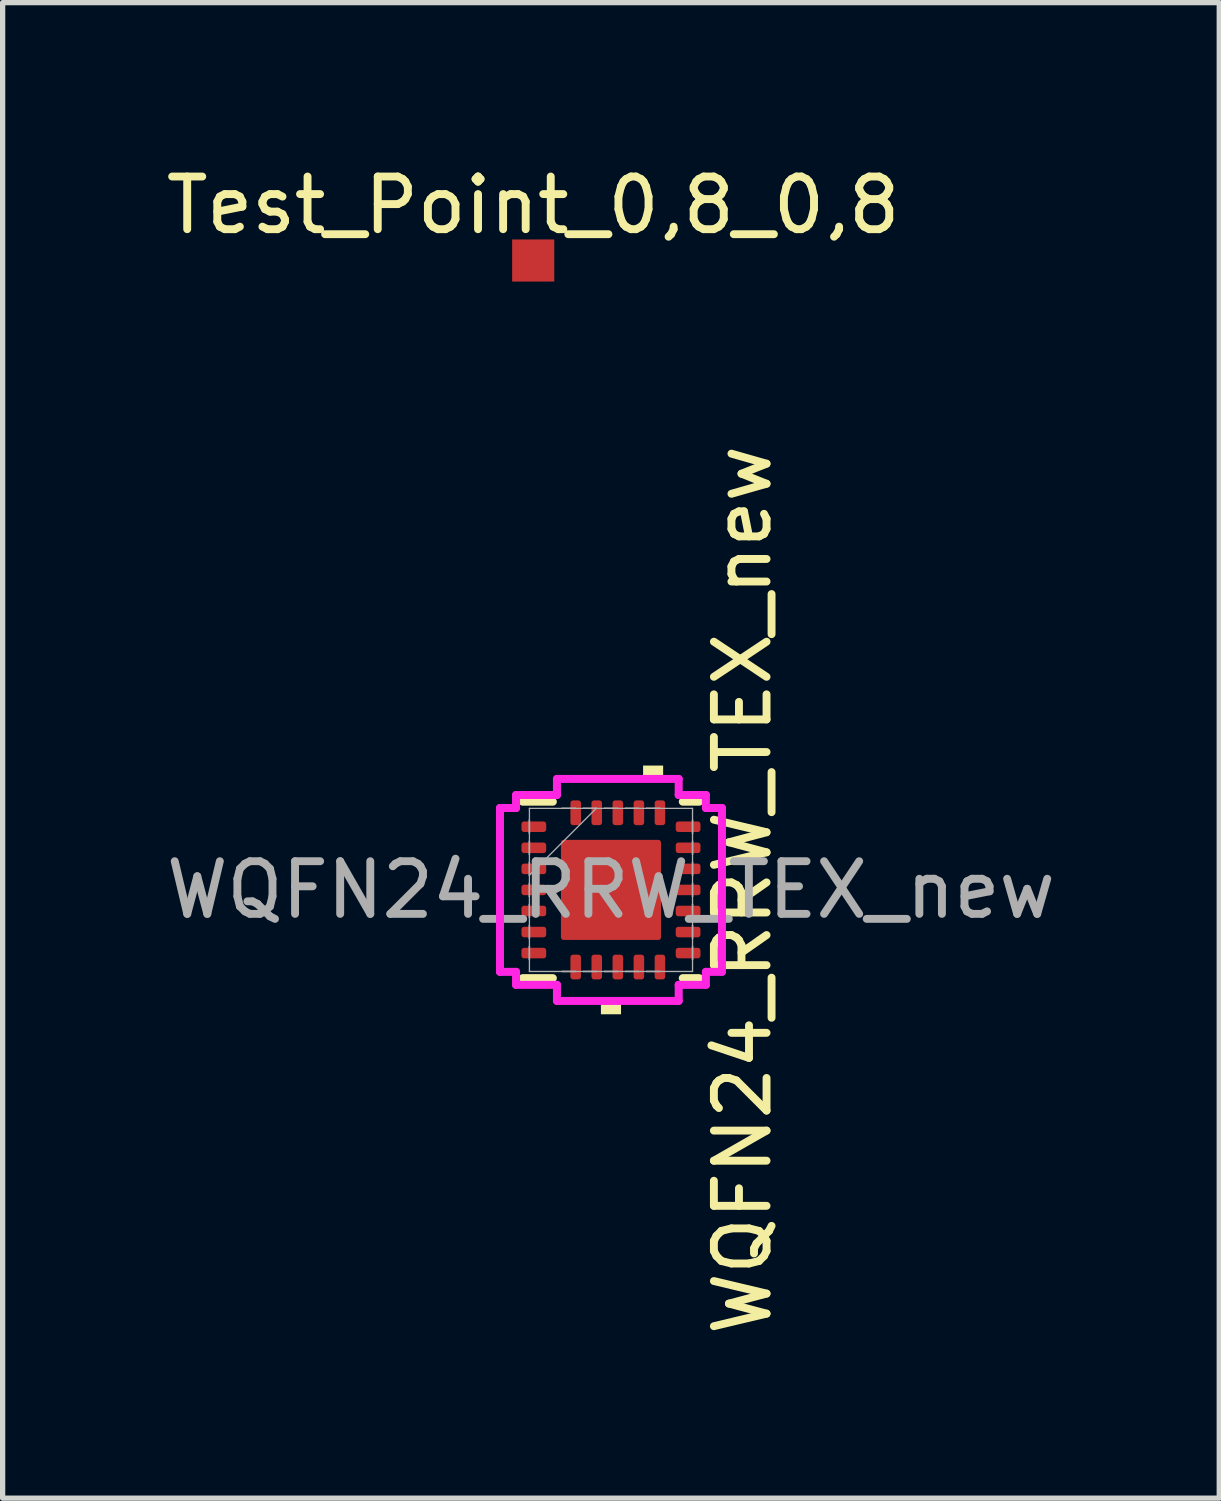
<source format=kicad_pcb>
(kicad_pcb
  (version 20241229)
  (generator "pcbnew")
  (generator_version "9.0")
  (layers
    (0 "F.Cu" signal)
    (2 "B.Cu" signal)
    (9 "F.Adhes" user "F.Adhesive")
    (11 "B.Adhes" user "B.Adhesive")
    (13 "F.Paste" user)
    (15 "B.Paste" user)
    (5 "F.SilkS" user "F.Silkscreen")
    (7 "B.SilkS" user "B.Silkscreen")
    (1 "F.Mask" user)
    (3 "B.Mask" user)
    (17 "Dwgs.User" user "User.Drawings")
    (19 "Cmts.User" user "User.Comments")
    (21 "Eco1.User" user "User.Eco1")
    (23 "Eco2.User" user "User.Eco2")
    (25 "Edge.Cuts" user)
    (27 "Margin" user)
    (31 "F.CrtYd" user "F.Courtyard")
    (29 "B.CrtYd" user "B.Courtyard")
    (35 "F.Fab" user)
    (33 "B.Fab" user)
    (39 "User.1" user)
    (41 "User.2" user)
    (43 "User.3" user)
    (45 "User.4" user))
  (footprint "Test_Point_0,8_0,8"
    (layer "F.Cu")
    (at 7.077 1.898)
    (property "Reference" "Test_Point_0,8_0,8" (at 0 -1.05 0) (layer "F.SilkS") (effects (font (size 1 1) (thickness 0.15))))
    (attr through_hole)
    (pad "1" smd rect (at 0 0) (size 0.8 0.8) (layers "F.Cu" "F.Mask")))
  (footprint "WQFN24_RRW_TEX_new"
    (layer "F.Cu")
    (at 8.554 13.852)
    (property "Reference" "WQFN24_RRW_TEX_new" (at 2.5 0 90) (unlocked yes) (layer "F.SilkS") (effects (font (size 1 1) (thickness 0.15))))
    (attr smd)
    (fp_line (start -1.676 -1.676) (end -1.104 -1.676) (stroke (width 0.152) (type solid)) (layer "F.SilkS"))
    (fp_line (start -1.104 1.676) (end -1.676 1.676) (stroke (width 0.152) (type solid)) (layer "F.SilkS"))
    (fp_line (start 1.364 -1.676) (end 1.676 -1.676) (stroke (width 0.152) (type solid)) (layer "F.SilkS"))
    (fp_line (start 1.676 1.676) (end 1.364 1.676) (stroke (width 0.152) (type solid)) (layer "F.SilkS"))
    (fp_poly (pts (xy -0.191 2.108) (xy -0.191 2.362) (xy 0.191 2.362) (xy 0.191 2.108)) (stroke (width 0) (type solid)) (fill yes) (layer "F.SilkS"))
    (fp_poly (pts (xy 0.61 -2.108) (xy 0.61 -2.362) (xy 0.991 -2.362) (xy 0.991 -2.108)) (stroke (width 0) (type solid)) (fill yes) (layer "F.SilkS"))
    (fp_line (start -2.108 -1.556) (end -2.108 1.556) (stroke (width 0.152) (type solid)) (layer "F.CrtYd"))
    (fp_line (start -2.108 1.556) (end -1.803 1.556) (stroke (width 0.152) (type solid)) (layer "F.CrtYd"))
    (fp_line (start -1.803 -1.803) (end -1.803 -1.556) (stroke (width 0.152) (type solid)) (layer "F.CrtYd"))
    (fp_line (start -1.803 -1.556) (end -2.108 -1.556) (stroke (width 0.152) (type solid)) (layer "F.CrtYd"))
    (fp_line (start -1.803 1.556) (end -1.803 1.803) (stroke (width 0.152) (type solid)) (layer "F.CrtYd"))
    (fp_line (start -1.803 1.803) (end -1.026 1.803) (stroke (width 0.152) (type solid)) (layer "F.CrtYd"))
    (fp_line (start -1.026 -2.108) (end -1.026 -1.803) (stroke (width 0.152) (type solid)) (layer "F.CrtYd"))
    (fp_line (start -1.026 -1.803) (end -1.803 -1.803) (stroke (width 0.152) (type solid)) (layer "F.CrtYd"))
    (fp_line (start -1.026 1.803) (end -1.026 2.108) (stroke (width 0.152) (type solid)) (layer "F.CrtYd"))
    (fp_line (start -1.026 2.108) (end 1.286 2.108) (stroke (width 0.152) (type solid)) (layer "F.CrtYd"))
    (fp_line (start 1.286 -2.108) (end -1.026 -2.108) (stroke (width 0.152) (type solid)) (layer "F.CrtYd"))
    (fp_line (start 1.286 -1.803) (end 1.286 -2.108) (stroke (width 0.152) (type solid)) (layer "F.CrtYd"))
    (fp_line (start 1.286 1.803) (end 1.803 1.803) (stroke (width 0.152) (type solid)) (layer "F.CrtYd"))
    (fp_line (start 1.286 2.108) (end 1.286 1.803) (stroke (width 0.152) (type solid)) (layer "F.CrtYd"))
    (fp_line (start 1.803 -1.803) (end 1.286 -1.803) (stroke (width 0.152) (type solid)) (layer "F.CrtYd"))
    (fp_line (start 1.803 -1.556) (end 1.803 -1.803) (stroke (width 0.152) (type solid)) (layer "F.CrtYd"))
    (fp_line (start 1.803 1.556) (end 2.108 1.556) (stroke (width 0.152) (type solid)) (layer "F.CrtYd"))
    (fp_line (start 1.803 1.803) (end 1.803 1.556) (stroke (width 0.152) (type solid)) (layer "F.CrtYd"))
    (fp_line (start 2.108 -1.556) (end 1.803 -1.556) (stroke (width 0.152) (type solid)) (layer "F.CrtYd"))
    (fp_line (start 2.108 1.556) (end 2.108 -1.556) (stroke (width 0.152) (type solid)) (layer "F.CrtYd"))
    (fp_line (start -1.549 -1.549) (end -1.549 1.549) (stroke (width 0.025) (type solid)) (layer "F.Fab"))
    (fp_line (start -1.549 -1.327) (end -1.549 -1.327) (stroke (width 0.025) (type solid)) (layer "F.Fab"))
    (fp_line (start -1.549 -1.327) (end -1.549 -1.073) (stroke (width 0.025) (type solid)) (layer "F.Fab"))
    (fp_line (start -1.549 -1.073) (end -1.549 -1.327) (stroke (width 0.025) (type solid)) (layer "F.Fab"))
    (fp_line (start -1.549 -1.073) (end -1.549 -1.073) (stroke (width 0.025) (type solid)) (layer "F.Fab"))
    (fp_line (start -1.549 -0.927) (end -1.549 -0.927) (stroke (width 0.025) (type solid)) (layer "F.Fab"))
    (fp_line (start -1.549 -0.927) (end -1.549 -0.673) (stroke (width 0.025) (type solid)) (layer "F.Fab"))
    (fp_line (start -1.549 -0.673) (end -1.549 -0.927) (stroke (width 0.025) (type solid)) (layer "F.Fab"))
    (fp_line (start -1.549 -0.673) (end -1.549 -0.673) (stroke (width 0.025) (type solid)) (layer "F.Fab"))
    (fp_line (start -1.549 -0.527) (end -1.549 -0.527) (stroke (width 0.025) (type solid)) (layer "F.Fab"))
    (fp_line (start -1.549 -0.527) (end -1.549 -0.273) (stroke (width 0.025) (type solid)) (layer "F.Fab"))
    (fp_line (start -1.549 -0.279) (end -0.279 -1.549) (stroke (width 0.025) (type solid)) (layer "F.Fab"))
    (fp_line (start -1.549 -0.273) (end -1.549 -0.527) (stroke (width 0.025) (type solid)) (layer "F.Fab"))
    (fp_line (start -1.549 -0.273) (end -1.549 -0.273) (stroke (width 0.025) (type solid)) (layer "F.Fab"))
    (fp_line (start -1.549 -0.127) (end -1.549 -0.127) (stroke (width 0.025) (type solid)) (layer "F.Fab"))
    (fp_line (start -1.549 -0.127) (end -1.549 0.127) (stroke (width 0.025) (type solid)) (layer "F.Fab"))
    (fp_line (start -1.549 0.127) (end -1.549 -0.127) (stroke (width 0.025) (type solid)) (layer "F.Fab"))
    (fp_line (start -1.549 0.127) (end -1.549 0.127) (stroke (width 0.025) (type solid)) (layer "F.Fab"))
    (fp_line (start -1.549 0.273) (end -1.549 0.273) (stroke (width 0.025) (type solid)) (layer "F.Fab"))
    (fp_line (start -1.549 0.273) (end -1.549 0.527) (stroke (width 0.025) (type solid)) (layer "F.Fab"))
    (fp_line (start -1.549 0.527) (end -1.549 0.273) (stroke (width 0.025) (type solid)) (layer "F.Fab"))
    (fp_line (start -1.549 0.527) (end -1.549 0.527) (stroke (width 0.025) (type solid)) (layer "F.Fab"))
    (fp_line (start -1.549 0.673) (end -1.549 0.673) (stroke (width 0.025) (type solid)) (layer "F.Fab"))
    (fp_line (start -1.549 0.673) (end -1.549 0.927) (stroke (width 0.025) (type solid)) (layer "F.Fab"))
    (fp_line (start -1.549 0.927) (end -1.549 0.673) (stroke (width 0.025) (type solid)) (layer "F.Fab"))
    (fp_line (start -1.549 0.927) (end -1.549 0.927) (stroke (width 0.025) (type solid)) (layer "F.Fab"))
    (fp_line (start -1.549 1.073) (end -1.549 1.073) (stroke (width 0.025) (type solid)) (layer "F.Fab"))
    (fp_line (start -1.549 1.073) (end -1.549 1.327) (stroke (width 0.025) (type solid)) (layer "F.Fab"))
    (fp_line (start -1.549 1.327) (end -1.549 1.073) (stroke (width 0.025) (type solid)) (layer "F.Fab"))
    (fp_line (start -1.549 1.327) (end -1.549 1.327) (stroke (width 0.025) (type solid)) (layer "F.Fab"))
    (fp_line (start -1.549 1.549) (end 1.549 1.549) (stroke (width 0.025) (type solid)) (layer "F.Fab"))
    (fp_line (start -0.927 -1.549) (end -0.927 -1.549) (stroke (width 0.025) (type solid)) (layer "F.Fab"))
    (fp_line (start -0.927 -1.549) (end -0.673 -1.549) (stroke (width 0.025) (type solid)) (layer "F.Fab"))
    (fp_line (start -0.927 1.549) (end -0.927 1.549) (stroke (width 0.025) (type solid)) (layer "F.Fab"))
    (fp_line (start -0.927 1.549) (end -0.673 1.549) (stroke (width 0.025) (type solid)) (layer "F.Fab"))
    (fp_line (start -0.673 -1.549) (end -0.927 -1.549) (stroke (width 0.025) (type solid)) (layer "F.Fab"))
    (fp_line (start -0.673 -1.549) (end -0.673 -1.549) (stroke (width 0.025) (type solid)) (layer "F.Fab"))
    (fp_line (start -0.673 1.549) (end -0.927 1.549) (stroke (width 0.025) (type solid)) (layer "F.Fab"))
    (fp_line (start -0.673 1.549) (end -0.673 1.549) (stroke (width 0.025) (type solid)) (layer "F.Fab"))
    (fp_line (start -0.527 -1.549) (end -0.527 -1.549) (stroke (width 0.025) (type solid)) (layer "F.Fab"))
    (fp_line (start -0.527 -1.549) (end -0.273 -1.549) (stroke (width 0.025) (type solid)) (layer "F.Fab"))
    (fp_line (start -0.527 1.549) (end -0.527 1.549) (stroke (width 0.025) (type solid)) (layer "F.Fab"))
    (fp_line (start -0.527 1.549) (end -0.273 1.549) (stroke (width 0.025) (type solid)) (layer "F.Fab"))
    (fp_line (start -0.273 -1.549) (end -0.527 -1.549) (stroke (width 0.025) (type solid)) (layer "F.Fab"))
    (fp_line (start -0.273 -1.549) (end -0.273 -1.549) (stroke (width 0.025) (type solid)) (layer "F.Fab"))
    (fp_line (start -0.273 1.549) (end -0.527 1.549) (stroke (width 0.025) (type solid)) (layer "F.Fab"))
    (fp_line (start -0.273 1.549) (end -0.273 1.549) (stroke (width 0.025) (type solid)) (layer "F.Fab"))
    (fp_line (start -0.127 -1.549) (end -0.127 -1.549) (stroke (width 0.025) (type solid)) (layer "F.Fab"))
    (fp_line (start -0.127 -1.549) (end 0.127 -1.549) (stroke (width 0.025) (type solid)) (layer "F.Fab"))
    (fp_line (start -0.127 1.549) (end -0.127 1.549) (stroke (width 0.025) (type solid)) (layer "F.Fab"))
    (fp_line (start -0.127 1.549) (end 0.127 1.549) (stroke (width 0.025) (type solid)) (layer "F.Fab"))
    (fp_line (start 0.127 -1.549) (end -0.127 -1.549) (stroke (width 0.025) (type solid)) (layer "F.Fab"))
    (fp_line (start 0.127 -1.549) (end 0.127 -1.549) (stroke (width 0.025) (type solid)) (layer "F.Fab"))
    (fp_line (start 0.127 1.549) (end -0.127 1.549) (stroke (width 0.025) (type solid)) (layer "F.Fab"))
    (fp_line (start 0.127 1.549) (end 0.127 1.549) (stroke (width 0.025) (type solid)) (layer "F.Fab"))
    (fp_line (start 0.273 -1.549) (end 0.273 -1.549) (stroke (width 0.025) (type solid)) (layer "F.Fab"))
    (fp_line (start 0.273 -1.549) (end 0.527 -1.549) (stroke (width 0.025) (type solid)) (layer "F.Fab"))
    (fp_line (start 0.273 1.549) (end 0.273 1.549) (stroke (width 0.025) (type solid)) (layer "F.Fab"))
    (fp_line (start 0.273 1.549) (end 0.527 1.549) (stroke (width 0.025) (type solid)) (layer "F.Fab"))
    (fp_line (start 0.527 -1.549) (end 0.273 -1.549) (stroke (width 0.025) (type solid)) (layer "F.Fab"))
    (fp_line (start 0.527 -1.549) (end 0.527 -1.549) (stroke (width 0.025) (type solid)) (layer "F.Fab"))
    (fp_line (start 0.527 1.549) (end 0.273 1.549) (stroke (width 0.025) (type solid)) (layer "F.Fab"))
    (fp_line (start 0.527 1.549) (end 0.527 1.549) (stroke (width 0.025) (type solid)) (layer "F.Fab"))
    (fp_line (start 0.673 -1.549) (end 0.673 -1.549) (stroke (width 0.025) (type solid)) (layer "F.Fab"))
    (fp_line (start 0.673 -1.549) (end 0.927 -1.549) (stroke (width 0.025) (type solid)) (layer "F.Fab"))
    (fp_line (start 0.673 1.549) (end 0.673 1.549) (stroke (width 0.025) (type solid)) (layer "F.Fab"))
    (fp_line (start 0.673 1.549) (end 0.927 1.549) (stroke (width 0.025) (type solid)) (layer "F.Fab"))
    (fp_line (start 0.927 -1.549) (end 0.673 -1.549) (stroke (width 0.025) (type solid)) (layer "F.Fab"))
    (fp_line (start 0.927 -1.549) (end 0.927 -1.549) (stroke (width 0.025) (type solid)) (layer "F.Fab"))
    (fp_line (start 0.927 1.549) (end 0.673 1.549) (stroke (width 0.025) (type solid)) (layer "F.Fab"))
    (fp_line (start 0.927 1.549) (end 0.927 1.549) (stroke (width 0.025) (type solid)) (layer "F.Fab"))
    (fp_line (start 1.549 -1.549) (end -1.549 -1.549) (stroke (width 0.025) (type solid)) (layer "F.Fab"))
    (fp_line (start 1.549 -1.327) (end 1.549 -1.327) (stroke (width 0.025) (type solid)) (layer "F.Fab"))
    (fp_line (start 1.549 -1.327) (end 1.549 -1.073) (stroke (width 0.025) (type solid)) (layer "F.Fab"))
    (fp_line (start 1.549 -1.073) (end 1.549 -1.327) (stroke (width 0.025) (type solid)) (layer "F.Fab"))
    (fp_line (start 1.549 -1.073) (end 1.549 -1.073) (stroke (width 0.025) (type solid)) (layer "F.Fab"))
    (fp_line (start 1.549 -0.927) (end 1.549 -0.927) (stroke (width 0.025) (type solid)) (layer "F.Fab"))
    (fp_line (start 1.549 -0.927) (end 1.549 -0.673) (stroke (width 0.025) (type solid)) (layer "F.Fab"))
    (fp_line (start 1.549 -0.673) (end 1.549 -0.927) (stroke (width 0.025) (type solid)) (layer "F.Fab"))
    (fp_line (start 1.549 -0.673) (end 1.549 -0.673) (stroke (width 0.025) (type solid)) (layer "F.Fab"))
    (fp_line (start 1.549 -0.527) (end 1.549 -0.527) (stroke (width 0.025) (type solid)) (layer "F.Fab"))
    (fp_line (start 1.549 -0.527) (end 1.549 -0.273) (stroke (width 0.025) (type solid)) (layer "F.Fab"))
    (fp_line (start 1.549 -0.273) (end 1.549 -0.527) (stroke (width 0.025) (type solid)) (layer "F.Fab"))
    (fp_line (start 1.549 -0.273) (end 1.549 -0.273) (stroke (width 0.025) (type solid)) (layer "F.Fab"))
    (fp_line (start 1.549 -0.127) (end 1.549 -0.127) (stroke (width 0.025) (type solid)) (layer "F.Fab"))
    (fp_line (start 1.549 -0.127) (end 1.549 0.127) (stroke (width 0.025) (type solid)) (layer "F.Fab"))
    (fp_line (start 1.549 0.127) (end 1.549 -0.127) (stroke (width 0.025) (type solid)) (layer "F.Fab"))
    (fp_line (start 1.549 0.127) (end 1.549 0.127) (stroke (width 0.025) (type solid)) (layer "F.Fab"))
    (fp_line (start 1.549 0.273) (end 1.549 0.273) (stroke (width 0.025) (type solid)) (layer "F.Fab"))
    (fp_line (start 1.549 0.273) (end 1.549 0.527) (stroke (width 0.025) (type solid)) (layer "F.Fab"))
    (fp_line (start 1.549 0.527) (end 1.549 0.273) (stroke (width 0.025) (type solid)) (layer "F.Fab"))
    (fp_line (start 1.549 0.527) (end 1.549 0.527) (stroke (width 0.025) (type solid)) (layer "F.Fab"))
    (fp_line (start 1.549 0.673) (end 1.549 0.673) (stroke (width 0.025) (type solid)) (layer "F.Fab"))
    (fp_line (start 1.549 0.673) (end 1.549 0.927) (stroke (width 0.025) (type solid)) (layer "F.Fab"))
    (fp_line (start 1.549 0.927) (end 1.549 0.673) (stroke (width 0.025) (type solid)) (layer "F.Fab"))
    (fp_line (start 1.549 0.927) (end 1.549 0.927) (stroke (width 0.025) (type solid)) (layer "F.Fab"))
    (fp_line (start 1.549 1.073) (end 1.549 1.073) (stroke (width 0.025) (type solid)) (layer "F.Fab"))
    (fp_line (start 1.549 1.073) (end 1.549 1.327) (stroke (width 0.025) (type solid)) (layer "F.Fab"))
    (fp_line (start 1.549 1.327) (end 1.549 1.073) (stroke (width 0.025) (type solid)) (layer "F.Fab"))
    (fp_line (start 1.549 1.327) (end 1.549 1.327) (stroke (width 0.025) (type solid)) (layer "F.Fab"))
    (fp_line (start 1.549 1.549) (end 1.549 -1.549) (stroke (width 0.025) (type solid)) (layer "F.Fab"))
    (fp_text user "${REFERENCE}" (at 0 0 0) (unlocked yes) (layer "F.Fab") (effects (font (size 1 1) (thickness 0.15))))
    (pad "" smd roundrect (at -0.47 -0.47) (size 0.75 0.75) (property pad_prop_heatsink) (layers "F.Paste") (roundrect_rratio 0.067))
    (pad "" smd roundrect (at -0.47 0.47) (size 0.75 0.75) (property pad_prop_heatsink) (layers "F.Paste") (roundrect_rratio 0.067))
    (pad "" smd roundrect (at 0.47 -0.47) (size 0.75 0.75) (property pad_prop_heatsink) (layers "F.Paste") (roundrect_rratio 0.067))
    (pad "" smd roundrect (at 0.47 0.47) (size 0.75 0.75) (property pad_prop_heatsink) (layers "F.Paste") (roundrect_rratio 0.067))
    (pad "1" smd roundrect (at -1.465 -1.2 90) (size 0.2 0.47) (layers "F.Cu" "F.Mask" "F.Paste") (roundrect_rratio 0.25))
    (pad "2" smd roundrect (at -1.465 -0.8 90) (size 0.2 0.47) (layers "F.Cu" "F.Mask" "F.Paste") (roundrect_rratio 0.25))
    (pad "3" smd roundrect (at -1.465 -0.4 90) (size 0.2 0.47) (layers "F.Cu" "F.Mask" "F.Paste") (roundrect_rratio 0.25))
    (pad "4" smd roundrect (at -1.465 0 90) (size 0.2 0.47) (layers "F.Cu" "F.Mask" "F.Paste") (roundrect_rratio 0.25))
    (pad "5" smd roundrect (at -1.465 0.4 90) (size 0.2 0.47) (layers "F.Cu" "F.Mask" "F.Paste") (roundrect_rratio 0.25))
    (pad "6" smd roundrect (at -1.465 0.8 90) (size 0.2 0.47) (layers "F.Cu" "F.Mask" "F.Paste") (roundrect_rratio 0.25))
    (pad "7" smd roundrect (at -1.465 1.2 90) (size 0.2 0.47) (layers "F.Cu" "F.Mask" "F.Paste") (roundrect_rratio 0.25))
    (pad "8" smd roundrect (at -0.67 1.465) (size 0.2 0.47) (layers "F.Cu" "F.Mask" "F.Paste") (roundrect_rratio 0.25))
    (pad "9" smd roundrect (at -0.27 1.465) (size 0.2 0.47) (layers "F.Cu" "F.Mask" "F.Paste") (roundrect_rratio 0.25))
    (pad "10" smd roundrect (at 0.13 1.465) (size 0.2 0.47) (layers "F.Cu" "F.Mask" "F.Paste") (roundrect_rratio 0.25))
    (pad "11" smd roundrect (at 0.53 1.465) (size 0.2 0.47) (layers "F.Cu" "F.Mask" "F.Paste") (roundrect_rratio 0.25))
    (pad "12" smd roundrect (at 0.93 1.465) (size 0.2 0.47) (layers "F.Cu" "F.Mask" "F.Paste") (roundrect_rratio 0.25))
    (pad "13" smd roundrect (at 1.465 1.2 90) (size 0.2 0.47) (layers "F.Cu" "F.Mask" "F.Paste") (roundrect_rratio 0.25))
    (pad "14" smd roundrect (at 1.465 0.8 90) (size 0.2 0.47) (layers "F.Cu" "F.Mask" "F.Paste") (roundrect_rratio 0.25))
    (pad "15" smd roundrect (at 1.465 0.4 90) (size 0.2 0.47) (layers "F.Cu" "F.Mask" "F.Paste") (roundrect_rratio 0.25))
    (pad "16" smd roundrect (at 1.465 0 90) (size 0.2 0.47) (layers "F.Cu" "F.Mask" "F.Paste") (roundrect_rratio 0.25))
    (pad "17" smd roundrect (at 1.465 -0.4 90) (size 0.2 0.47) (layers "F.Cu" "F.Mask" "F.Paste") (roundrect_rratio 0.25))
    (pad "18" smd roundrect (at 1.465 -0.8 90) (size 0.2 0.47) (layers "F.Cu" "F.Mask" "F.Paste") (roundrect_rratio 0.25))
    (pad "19" smd roundrect (at 1.465 -1.2 90) (size 0.2 0.47) (layers "F.Cu" "F.Mask" "F.Paste") (roundrect_rratio 0.25))
    (pad "20" smd roundrect (at 0.93 -1.465) (size 0.2 0.47) (layers "F.Cu" "F.Mask" "F.Paste") (roundrect_rratio 0.25))
    (pad "21" smd roundrect (at 0.53 -1.465) (size 0.2 0.47) (layers "F.Cu" "F.Mask" "F.Paste") (roundrect_rratio 0.25))
    (pad "22" smd roundrect (at 0.13 -1.465) (size 0.2 0.47) (layers "F.Cu" "F.Mask" "F.Paste") (roundrect_rratio 0.25))
    (pad "23" smd roundrect (at -0.27 -1.465) (size 0.2 0.47) (layers "F.Cu" "F.Mask" "F.Paste") (roundrect_rratio 0.25))
    (pad "24" smd roundrect (at -0.67 -1.465) (size 0.2 0.47) (layers "F.Cu" "F.Mask" "F.Paste") (roundrect_rratio 0.25))
    (pad "25" smd roundrect (at 0 0) (size 1.9 1.9) (property pad_prop_heatsink) (layers "F.Cu" "F.Mask") (roundrect_rratio 0.026)))
  (gr_rect
    (start -3 -3)
    (end 20.107 25.405)
    (stroke (width 0.1) (type default))
    (fill no)
    (layer "Edge.Cuts")))
</source>
